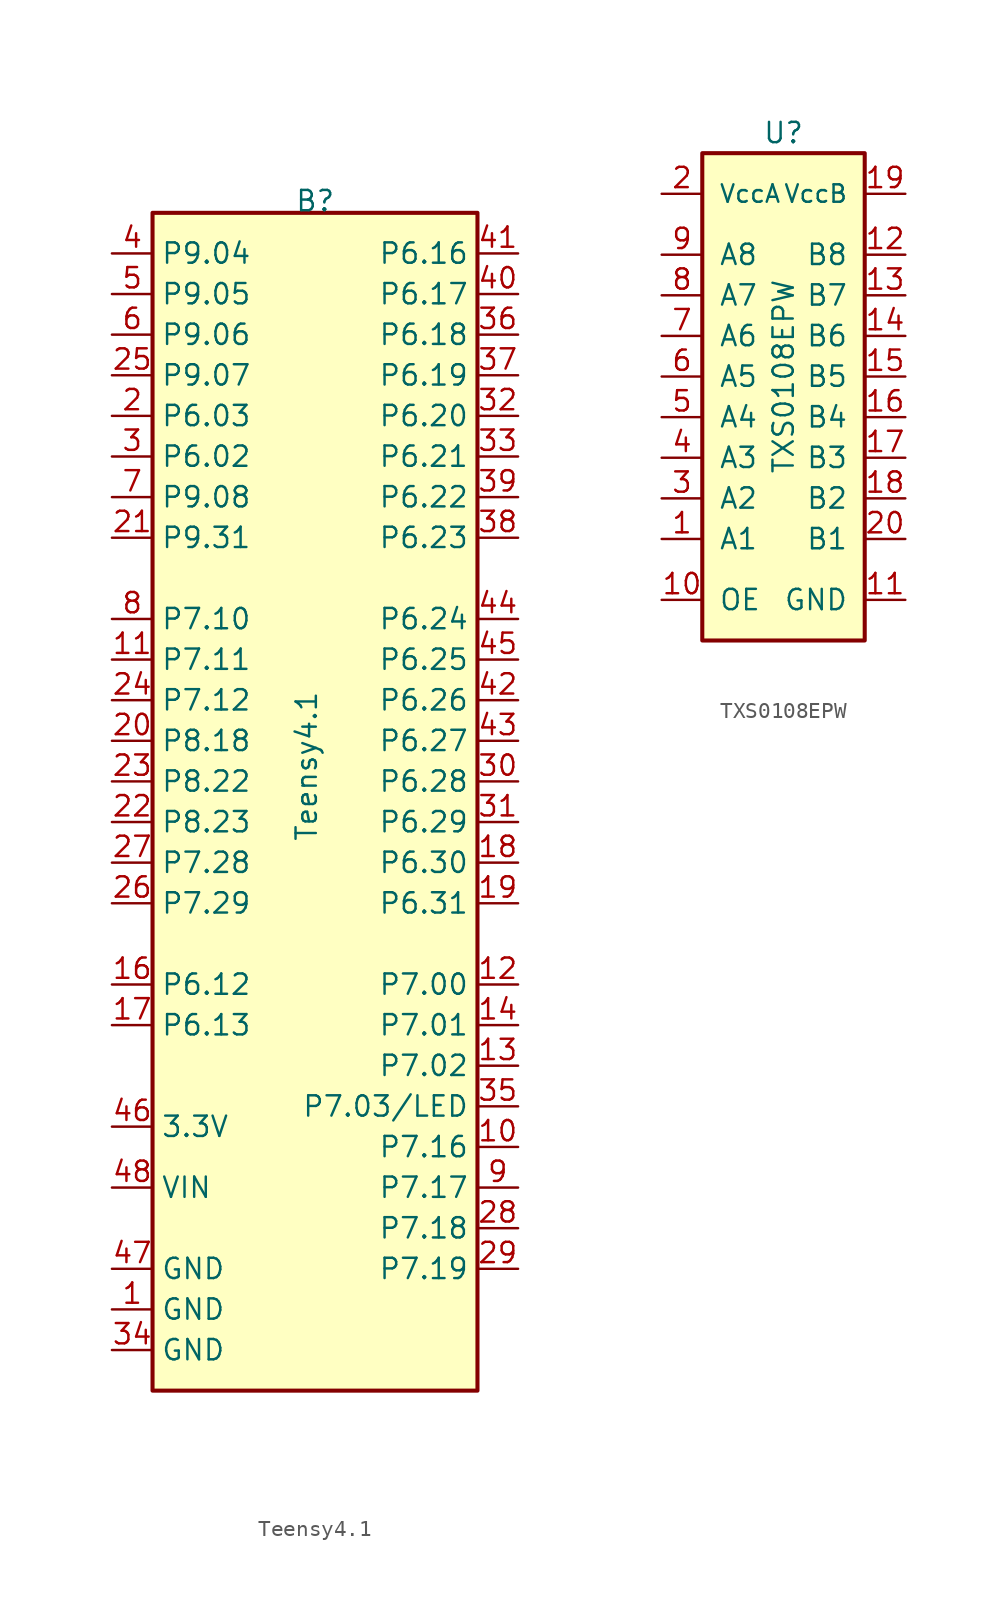
<source format=kicad_sym>
(kicad_symbol_lib
  (version 20211014)
  (generator kicad_symbol_editor)
  (symbol "Teensy4.1"
    (property "Reference" "B"
      (at -1.27 30.48 0)
      (effects (font (size 1.27 1.27)) (justify left bottom)))
    (property "Value" "Teensy4.1"
      (at -1.27 -8.89 90)
      (effects (font (size 1.27 1.27)) (justify left top)))
    (symbol "Teensy4.1_0_0"
      (pin bidirectional line (at -12.7 20.32 0) (length 2.54) (name "P9.07" (effects (font (size 1.27 1.27)))) (number "25" (effects (font (size 1.27 1.27)))))
      (pin power_in line (at -12.7 -35.56 0) (length 2.54) (name "GND" (effects (font (size 1.27 1.27)))) (number "47" (effects (font (size 1.27 1.27))))))
    (symbol "Teensy4.1_0_1"
      (rectangle (start -10.16 -43.18) (end 10.16 30.48) (stroke (width 0.254) (type default) (color 0 0 0 0)) (fill (type background))))
    (symbol "Teensy4.1_1_1"
      (pin power_out line (at -12.7 -38.1 0) (length 2.54) (name "GND" (effects (font (size 1.27 1.27)))) (number "1" (effects (font (size 1.27 1.27)))))
      (pin bidirectional line (at 12.7 -27.94 180) (length 2.54) (name "P7.16" (effects (font (size 1.27 1.27)))) (number "10" (effects (font (size 1.27 1.27)))))
      (pin bidirectional line (at -12.7 2.54 0) (length 2.54) (name "P7.11" (effects (font (size 1.27 1.27)))) (number "11" (effects (font (size 1.27 1.27)))))
      (pin bidirectional line (at 12.7 -17.78 180) (length 2.54) (name "P7.00" (effects (font (size 1.27 1.27)))) (number "12" (effects (font (size 1.27 1.27)))))
      (pin bidirectional line (at 12.7 -22.86 180) (length 2.54) (name "P7.02" (effects (font (size 1.27 1.27)))) (number "13" (effects (font (size 1.27 1.27)))))
      (pin bidirectional line (at 12.7 -20.32 180) (length 2.54) (name "P7.01" (effects (font (size 1.27 1.27)))) (number "14" (effects (font (size 1.27 1.27)))))
      (pin power_out line (at -12.7 -26.67 0) (length 2.54) hide (name "3.3V" (effects (font (size 1.27 1.27)))) (number "15" (effects (font (size 1.27 1.27)))))
      (pin bidirectional line (at -12.7 -17.78 0) (length 2.54) (name "P6.12" (effects (font (size 1.27 1.27)))) (number "16" (effects (font (size 1.27 1.27)))))
      (pin bidirectional line (at -12.7 -20.32 0) (length 2.54) (name "P6.13" (effects (font (size 1.27 1.27)))) (number "17" (effects (font (size 1.27 1.27)))))
      (pin bidirectional line (at 12.7 -10.16 180) (length 2.54) (name "P6.30" (effects (font (size 1.27 1.27)))) (number "18" (effects (font (size 1.27 1.27)))))
      (pin bidirectional line (at 12.7 -12.7 180) (length 2.54) (name "P6.31" (effects (font (size 1.27 1.27)))) (number "19" (effects (font (size 1.27 1.27)))))
      (pin bidirectional line (at -12.7 17.78 0) (length 2.54) (name "P6.03" (effects (font (size 1.27 1.27)))) (number "2" (effects (font (size 1.27 1.27)))))
      (pin bidirectional line (at -12.7 -2.54 0) (length 2.54) (name "P8.18" (effects (font (size 1.27 1.27)))) (number "20" (effects (font (size 1.27 1.27)))))
      (pin bidirectional line (at -12.7 10.16 0) (length 2.54) (name "P9.31" (effects (font (size 1.27 1.27)))) (number "21" (effects (font (size 1.27 1.27)))))
      (pin bidirectional line (at -12.7 -7.62 0) (length 2.54) (name "P8.23" (effects (font (size 1.27 1.27)))) (number "22" (effects (font (size 1.27 1.27)))))
      (pin bidirectional line (at -12.7 -5.08 0) (length 2.54) (name "P8.22" (effects (font (size 1.27 1.27)))) (number "23" (effects (font (size 1.27 1.27)))))
      (pin bidirectional line (at -12.7 0 0) (length 2.54) (name "P7.12" (effects (font (size 1.27 1.27)))) (number "24" (effects (font (size 1.27 1.27)))))
      (pin bidirectional line (at -12.7 -12.7 0) (length 2.54) (name "P7.29" (effects (font (size 1.27 1.27)))) (number "26" (effects (font (size 1.27 1.27)))))
      (pin bidirectional line (at -12.7 -10.16 0) (length 2.54) (name "P7.28" (effects (font (size 1.27 1.27)))) (number "27" (effects (font (size 1.27 1.27)))))
      (pin bidirectional line (at 12.7 -33.02 180) (length 2.54) (name "P7.18" (effects (font (size 1.27 1.27)))) (number "28" (effects (font (size 1.27 1.27)))))
      (pin bidirectional line (at 12.7 -35.56 180) (length 2.54) (name "P7.19" (effects (font (size 1.27 1.27)))) (number "29" (effects (font (size 1.27 1.27)))))
      (pin bidirectional line (at -12.7 15.24 0) (length 2.54) (name "P6.02" (effects (font (size 1.27 1.27)))) (number "3" (effects (font (size 1.27 1.27)))))
      (pin bidirectional line (at 12.7 -5.08 180) (length 2.54) (name "P6.28" (effects (font (size 1.27 1.27)))) (number "30" (effects (font (size 1.27 1.27)))))
      (pin bidirectional line (at 12.7 -7.62 180) (length 2.54) (name "P6.29" (effects (font (size 1.27 1.27)))) (number "31" (effects (font (size 1.27 1.27)))))
      (pin bidirectional line (at 12.7 17.78 180) (length 2.54) (name "P6.20" (effects (font (size 1.27 1.27)))) (number "32" (effects (font (size 1.27 1.27)))))
      (pin bidirectional line (at 12.7 15.24 180) (length 2.54) (name "P6.21" (effects (font (size 1.27 1.27)))) (number "33" (effects (font (size 1.27 1.27)))))
      (pin power_in line (at -12.7 -40.64 0) (length 2.54) (name "GND" (effects (font (size 1.27 1.27)))) (number "34" (effects (font (size 1.27 1.27)))))
      (pin bidirectional line (at 12.7 -25.4 180) (length 2.54) (name "P7.03/LED" (effects (font (size 1.27 1.27)))) (number "35" (effects (font (size 1.27 1.27)))))
      (pin bidirectional line (at 12.7 22.86 180) (length 2.54) (name "P6.18" (effects (font (size 1.27 1.27)))) (number "36" (effects (font (size 1.27 1.27)))))
      (pin bidirectional line (at 12.7 20.32 180) (length 2.54) (name "P6.19" (effects (font (size 1.27 1.27)))) (number "37" (effects (font (size 1.27 1.27)))))
      (pin bidirectional line (at 12.7 10.16 180) (length 2.54) (name "P6.23" (effects (font (size 1.27 1.27)))) (number "38" (effects (font (size 1.27 1.27)))))
      (pin bidirectional line (at 12.7 12.7 180) (length 2.54) (name "P6.22" (effects (font (size 1.27 1.27)))) (number "39" (effects (font (size 1.27 1.27)))))
      (pin bidirectional line (at -12.7 27.94 0) (length 2.54) (name "P9.04" (effects (font (size 1.27 1.27)))) (number "4" (effects (font (size 1.27 1.27)))))
      (pin bidirectional line (at 12.7 25.4 180) (length 2.54) (name "P6.17" (effects (font (size 1.27 1.27)))) (number "40" (effects (font (size 1.27 1.27)))))
      (pin bidirectional line (at 12.7 27.94 180) (length 2.54) (name "P6.16" (effects (font (size 1.27 1.27)))) (number "41" (effects (font (size 1.27 1.27)))))
      (pin bidirectional line (at 12.7 0 180) (length 2.54) (name "P6.26" (effects (font (size 1.27 1.27)))) (number "42" (effects (font (size 1.27 1.27)))))
      (pin bidirectional line (at 12.7 -2.54 180) (length 2.54) (name "P6.27" (effects (font (size 1.27 1.27)))) (number "43" (effects (font (size 1.27 1.27)))))
      (pin bidirectional line (at 12.7 5.08 180) (length 2.54) (name "P6.24" (effects (font (size 1.27 1.27)))) (number "44" (effects (font (size 1.27 1.27)))))
      (pin bidirectional line (at 12.7 2.54 180) (length 2.54) (name "P6.25" (effects (font (size 1.27 1.27)))) (number "45" (effects (font (size 1.27 1.27)))))
      (pin power_in line (at -12.7 -26.67 0) (length 2.54) (name "3.3V" (effects (font (size 1.27 1.27)))) (number "46" (effects (font (size 1.27 1.27)))))
      (pin power_out line (at -12.7 -30.48 0) (length 2.54) (name "VIN" (effects (font (size 1.27 1.27)))) (number "48" (effects (font (size 1.27 1.27)))))
      (pin bidirectional line (at -12.7 25.4 0) (length 2.54) (name "P9.05" (effects (font (size 1.27 1.27)))) (number "5" (effects (font (size 1.27 1.27)))))
      (pin bidirectional line (at -12.7 22.86 0) (length 2.54) (name "P9.06" (effects (font (size 1.27 1.27)))) (number "6" (effects (font (size 1.27 1.27)))))
      (pin bidirectional line (at -12.7 12.7 0) (length 2.54) (name "P9.08" (effects (font (size 1.27 1.27)))) (number "7" (effects (font (size 1.27 1.27)))))
      (pin bidirectional line (at -12.7 5.08 0) (length 2.54) (name "P7.10" (effects (font (size 1.27 1.27)))) (number "8" (effects (font (size 1.27 1.27)))))
      (pin bidirectional line (at 12.7 -30.48 180) (length 2.54) (name "P7.17" (effects (font (size 1.27 1.27)))) (number "9" (effects (font (size 1.27 1.27)))))))
  (symbol "TXS0108EPW"
    (pin_names
      (offset 1.016))
    (property "Reference" "U"
      (at 0 15.24 0)
      (effects (font (size 1.27 1.27))))
    (property "Value" "TXS0108EPW"
      (at 0 0 90)
      (effects (font (size 1.27 1.27))))
    (symbol "TXS0108EPW_1_0"
      (pin bidirectional line (at -7.62 -10.16 0) (length 2.54) (name "A1" (effects (font (size 1.27 1.27)))) (number "1" (effects (font (size 1.27 1.27)))))
      (pin input line (at -7.62 -13.97 0) (length 2.54) (name "OE" (effects (font (size 1.27 1.27)))) (number "10" (effects (font (size 1.27 1.27)))))
      (pin power_in line (at 7.62 -13.97 180) (length 2.54) (name "GND" (effects (font (size 1.27 1.27)))) (number "11" (effects (font (size 1.27 1.27)))))
      (pin bidirectional line (at 7.62 7.62 180) (length 2.54) (name "B8" (effects (font (size 1.27 1.27)))) (number "12" (effects (font (size 1.27 1.27)))))
      (pin bidirectional line (at 7.62 5.08 180) (length 2.54) (name "B7" (effects (font (size 1.27 1.27)))) (number "13" (effects (font (size 1.27 1.27)))))
      (pin bidirectional line (at 7.62 2.54 180) (length 2.54) (name "B6" (effects (font (size 1.27 1.27)))) (number "14" (effects (font (size 1.27 1.27)))))
      (pin bidirectional line (at 7.62 0 180) (length 2.54) (name "B5" (effects (font (size 1.27 1.27)))) (number "15" (effects (font (size 1.27 1.27)))))
      (pin bidirectional line (at 7.62 -2.54 180) (length 2.54) (name "B4" (effects (font (size 1.27 1.27)))) (number "16" (effects (font (size 1.27 1.27)))))
      (pin bidirectional line (at 7.62 -5.08 180) (length 2.54) (name "B3" (effects (font (size 1.27 1.27)))) (number "17" (effects (font (size 1.27 1.27)))))
      (pin bidirectional line (at 7.62 -7.62 180) (length 2.54) (name "B2" (effects (font (size 1.27 1.27)))) (number "18" (effects (font (size 1.27 1.27)))))
      (pin power_in line (at 7.62 11.43 180) (length 2.54) (name "VccB" (effects (font (size 1.092 1.092)))) (number "19" (effects (font (size 1.27 1.27)))))
      (pin bidirectional line (at 7.62 -10.16 180) (length 2.54) (name "B1" (effects (font (size 1.27 1.27)))) (number "20" (effects (font (size 1.27 1.27)))))
      (pin bidirectional line (at -7.62 -7.62 0) (length 2.54) (name "A2" (effects (font (size 1.27 1.27)))) (number "3" (effects (font (size 1.27 1.27)))))
      (pin bidirectional line (at -7.62 -5.08 0) (length 2.54) (name "A3" (effects (font (size 1.27 1.27)))) (number "4" (effects (font (size 1.27 1.27)))))
      (pin bidirectional line (at -7.62 -2.54 0) (length 2.54) (name "A4" (effects (font (size 1.27 1.27)))) (number "5" (effects (font (size 1.27 1.27)))))
      (pin bidirectional line (at -7.62 0 0) (length 2.54) (name "A5" (effects (font (size 1.27 1.27)))) (number "6" (effects (font (size 1.27 1.27)))))
      (pin bidirectional line (at -7.62 2.54 0) (length 2.54) (name "A6" (effects (font (size 1.27 1.27)))) (number "7" (effects (font (size 1.27 1.27)))))
      (pin bidirectional line (at -7.62 5.08 0) (length 2.54) (name "A7" (effects (font (size 1.27 1.27)))) (number "8" (effects (font (size 1.27 1.27)))))
      (pin bidirectional line (at -7.62 7.62 0) (length 2.54) (name "A8" (effects (font (size 1.27 1.27)))) (number "9" (effects (font (size 1.27 1.27))))))
    (symbol "TXS0108EPW_1_1"
      (rectangle (start 5.08 13.97) (end -5.08 -16.51) (stroke (width 0.254) (type default) (color 0 0 0 0)) (fill (type background)))
      (pin power_in line (at -7.62 11.43 0) (length 2.54) (name "VccA" (effects (font (size 1.092 1.092)))) (number "2" (effects (font (size 1.27 1.27))))))))
</source>
